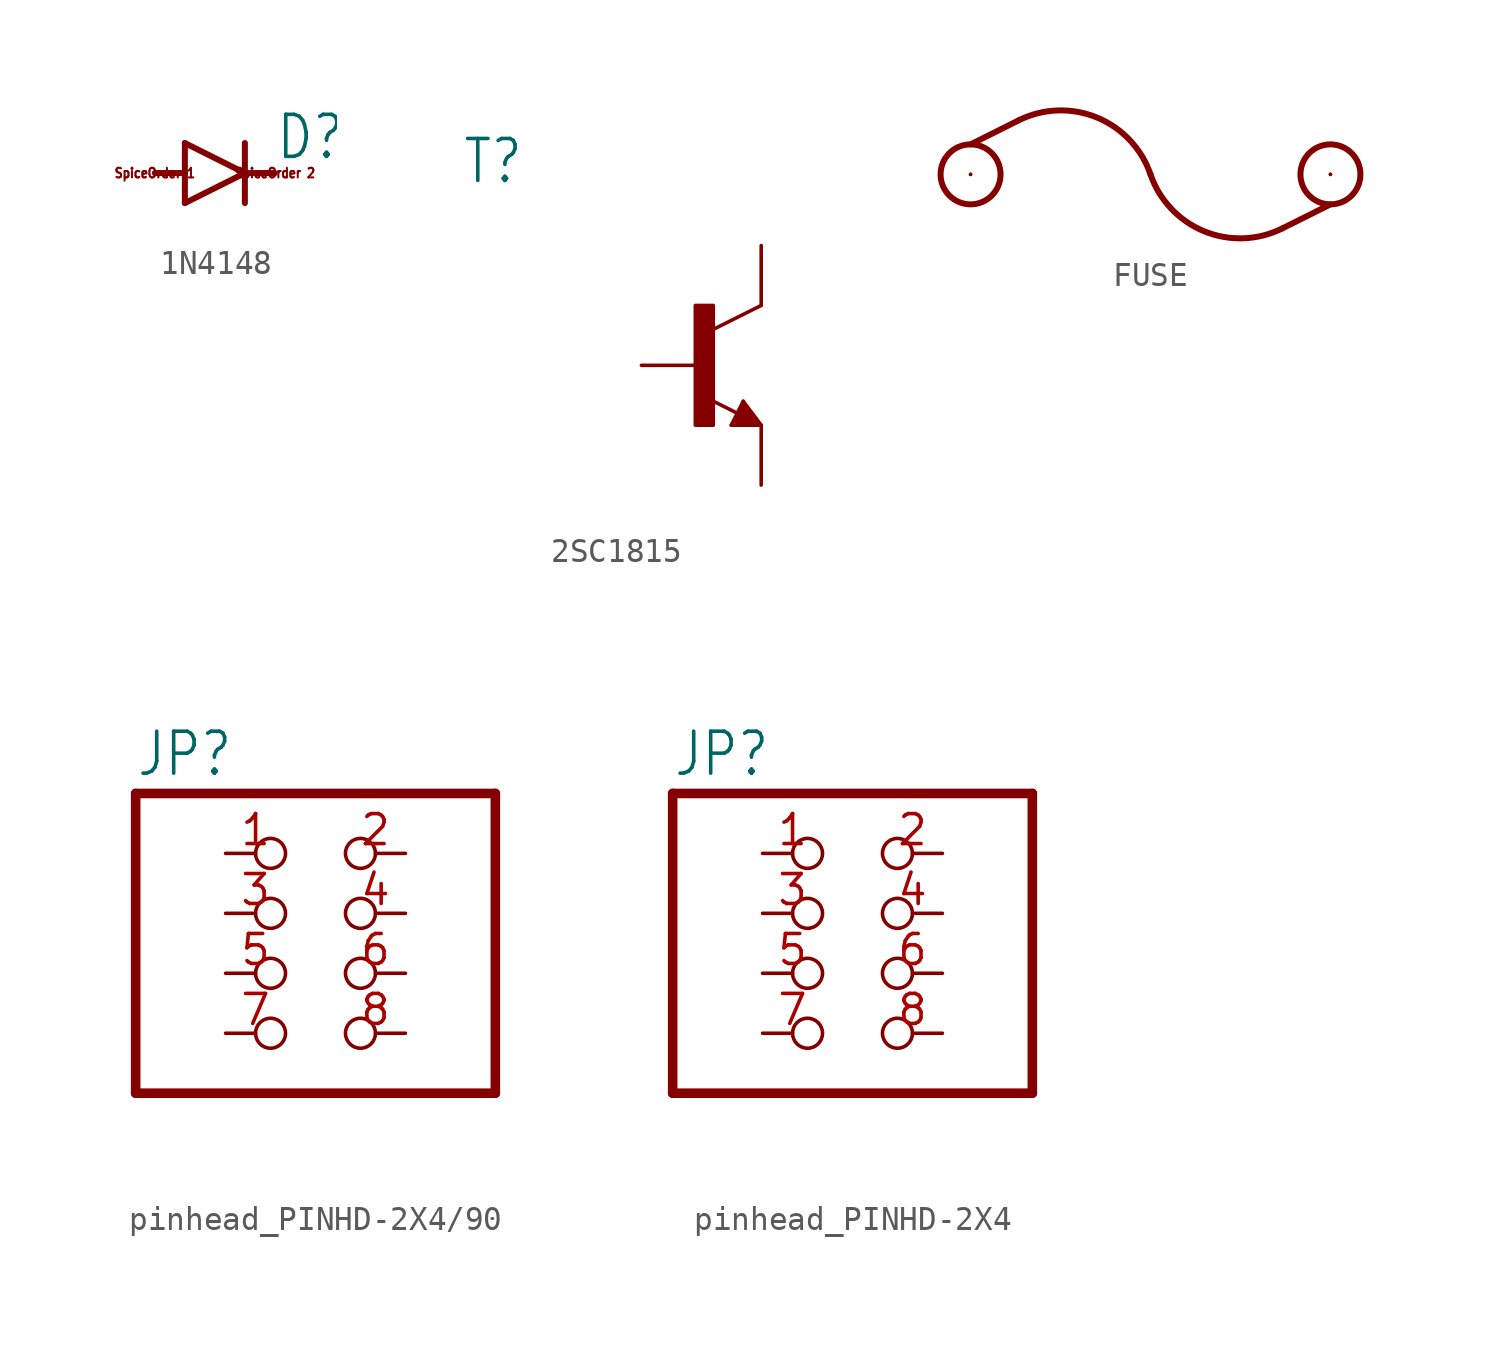
<source format=kicad_sym>
(kicad_symbol_lib
  (version 20220914)
  (generator kicad_symbol_editor)
  (symbol "1N4148"
    (property "Reference" "D"
      (at 2.54 0.483 0)
      (effects (font (size 1.778 1.511)) (justify left bottom)))
    (property "Value" ""
      (at 2.54 -2.311 0)
      (effects (font (size 1.778 1.511)) (justify left bottom)))
    (property "ki_locked" ""
      (at 0 0 0)
      (effects (font (size 1.27 1.27))))
    (symbol "1N4148_1_0"
      (polyline (pts (xy -1.27 -1.27) (xy 1.27 0)) (stroke (width 0.254) (type solid)) (fill (type none)))
      (polyline (pts (xy -1.27 0) (xy -2.54 0)) (stroke (width 0.254) (type solid)) (fill (type none)))
      (polyline (pts (xy -1.27 0) (xy -1.27 -1.27)) (stroke (width 0.254) (type solid)) (fill (type none)))
      (polyline (pts (xy -1.27 1.27) (xy -1.27 0)) (stroke (width 0.254) (type solid)) (fill (type none)))
      (polyline (pts (xy 1.27 0) (xy -1.27 1.27)) (stroke (width 0.254) (type solid)) (fill (type none)))
      (polyline (pts (xy 1.27 0) (xy 1.27 -1.27)) (stroke (width 0.254) (type solid)) (fill (type none)))
      (polyline (pts (xy 1.27 1.27) (xy 1.27 0)) (stroke (width 0.254) (type solid)) (fill (type none)))
      (polyline (pts (xy 2.54 0) (xy 1.27 0)) (stroke (width 0.254) (type solid)) (fill (type none)))
      (text "SpiceOrder 1" (at -2.54 0 0) (effects (font (size 0.406 0.345))))
      (text "SpiceOrder 2" (at 2.54 0 0) (effects (font (size 0.406 0.345))))
      (pin passive line (at -2.54 0 0) (length 0) (name "A" (effects (font (size 0 0)))) (number "A" (effects (font (size 0 0)))))
      (pin passive line (at 2.54 0 180) (length 0) (name "C" (effects (font (size 0 0)))) (number "C" (effects (font (size 0 0)))))))
  (symbol "2SC1815"
    (property "Reference" "T"
      (at -10.16 7.62 0)
      (effects (font (size 1.778 1.511)) (justify left bottom)))
    (property "Value" ""
      (at -10.16 5.08 0)
      (effects (font (size 1.778 1.511)) (justify left bottom)))
    (property "ki_locked" ""
      (at 0 0 0)
      (effects (font (size 1.27 1.27))))
    (symbol "2SC1815_1_0"
      (rectangle (start -0.254 -2.54) (end 0.508 2.54) (stroke (width 0) (type default)) (fill (type outline)))
      (polyline (pts (xy 1.27 -2.54) (xy 1.778 -1.524)) (stroke (width 0.152) (type solid)) (fill (type none)))
      (polyline (pts (xy 1.524 -2.413) (xy 2.286 -2.413)) (stroke (width 0.254) (type solid)) (fill (type none)))
      (polyline (pts (xy 1.524 -2.286) (xy 1.905 -2.286)) (stroke (width 0.254) (type solid)) (fill (type none)))
      (polyline (pts (xy 1.54 -2.04) (xy 0.308 -1.424)) (stroke (width 0.152) (type solid)) (fill (type none)))
      (polyline (pts (xy 1.778 -1.778) (xy 1.524 -2.286)) (stroke (width 0.254) (type solid)) (fill (type none)))
      (polyline (pts (xy 1.778 -1.524) (xy 2.54 -2.54)) (stroke (width 0.152) (type solid)) (fill (type none)))
      (polyline (pts (xy 1.905 -2.286) (xy 1.778 -2.032)) (stroke (width 0.254) (type solid)) (fill (type none)))
      (polyline (pts (xy 2.286 -2.413) (xy 1.778 -1.778)) (stroke (width 0.254) (type solid)) (fill (type none)))
      (polyline (pts (xy 2.54 -2.54) (xy 1.27 -2.54)) (stroke (width 0.152) (type solid)) (fill (type none)))
      (polyline (pts (xy 2.54 2.54) (xy 0.508 1.524)) (stroke (width 0.152) (type solid)) (fill (type none)))
      (pin passive line (at -2.54 0 0) (length 2.54) (name "B" (effects (font (size 0 0)))) (number "B" (effects (font (size 0 0)))))
      (pin passive line (at 2.54 5.08 270) (length 2.54) (name "C" (effects (font (size 0 0)))) (number "C" (effects (font (size 0 0)))))
      (pin passive line (at 2.54 -5.08 90) (length 2.54) (name "E" (effects (font (size 0 0)))) (number "E" (effects (font (size 0 0)))))))
  (symbol "FUSE"
    (property "Reference" ""
      (at 0 0 0)
      (effects (font (size 1.27 1.27)) hide))
    (property "ki_locked" ""
      (at 0 0 0)
      (effects (font (size 1.27 1.27))))
    (symbol "FUSE_1_0"
      (circle (center -7.62 0) (radius 1.27) (stroke (width 0.254) (type solid)) (fill (type none)))
      (arc (start 0 0.0001) (mid -2.2754 2.4109) (end -5.588 2.286) (stroke (width 0.254) (type solid)) (fill (type none)))
      (polyline (pts (xy -7.62 1.27) (xy -5.588 2.286)) (stroke (width 0.254) (type solid)) (fill (type none)))
      (polyline (pts (xy 7.62 -1.27) (xy 5.588 -2.286)) (stroke (width 0.254) (type solid)) (fill (type none)))
      (arc (start 0 -0.0001) (mid 2.2754 -2.4109) (end 5.588 -2.286) (stroke (width 0.254) (type solid)) (fill (type none)))
      (circle (center 7.62 0) (radius 1.27) (stroke (width 0.254) (type solid)) (fill (type none)))
      (pin bidirectional line (at -7.62 0 180) (length 0) (name "P$1" (effects (font (size 0 0)))) (number "P$1" (effects (font (size 0 0)))))
      (pin bidirectional line (at -7.62 0 180) (length 0) (name "P$1" (effects (font (size 0 0)))) (number "P$2" (effects (font (size 0 0)))))
      (pin bidirectional line (at 7.62 0 0) (length 0) (name "P$2" (effects (font (size 0 0)))) (number "P$3" (effects (font (size 0 0)))))
      (pin bidirectional line (at 7.62 0 0) (length 0) (name "P$2" (effects (font (size 0 0)))) (number "P$4" (effects (font (size 0 0)))))))
  (symbol "pinhead_PINHD-2X4/90"
    (property "Reference" "JP"
      (at -6.35 8.255 0)
      (effects (font (size 1.778 1.511)) (justify left bottom)))
    (property "Value" ""
      (at -6.35 -7.62 0)
      (effects (font (size 1.778 1.511)) (justify left bottom)))
    (property "ki_locked" ""
      (at 0 0 0)
      (effects (font (size 1.27 1.27))))
    (symbol "pinhead_PINHD-2X4/90_1_0"
      (polyline (pts (xy -6.35 -5.08) (xy 8.89 -5.08)) (stroke (width 0.406) (type solid)) (fill (type none)))
      (polyline (pts (xy -6.35 7.62) (xy -6.35 -5.08)) (stroke (width 0.406) (type solid)) (fill (type none)))
      (polyline (pts (xy 8.89 -5.08) (xy 8.89 7.62)) (stroke (width 0.406) (type solid)) (fill (type none)))
      (polyline (pts (xy 8.89 7.62) (xy -6.35 7.62)) (stroke (width 0.406) (type solid)) (fill (type none)))
      (pin passive inverted (at -2.54 5.08 0) (length 2.54) (name "1" (effects (font (size 0 0)))) (number "1" (effects (font (size 1.27 1.27)))))
      (pin passive inverted (at 5.08 5.08 180) (length 2.54) (name "2" (effects (font (size 0 0)))) (number "2" (effects (font (size 1.27 1.27)))))
      (pin passive inverted (at -2.54 2.54 0) (length 2.54) (name "3" (effects (font (size 0 0)))) (number "3" (effects (font (size 1.27 1.27)))))
      (pin passive inverted (at 5.08 2.54 180) (length 2.54) (name "4" (effects (font (size 0 0)))) (number "4" (effects (font (size 1.27 1.27)))))
      (pin passive inverted (at -2.54 0 0) (length 2.54) (name "5" (effects (font (size 0 0)))) (number "5" (effects (font (size 1.27 1.27)))))
      (pin passive inverted (at 5.08 0 180) (length 2.54) (name "6" (effects (font (size 0 0)))) (number "6" (effects (font (size 1.27 1.27)))))
      (pin passive inverted (at -2.54 -2.54 0) (length 2.54) (name "7" (effects (font (size 0 0)))) (number "7" (effects (font (size 1.27 1.27)))))
      (pin passive inverted (at 5.08 -2.54 180) (length 2.54) (name "8" (effects (font (size 0 0)))) (number "8" (effects (font (size 1.27 1.27)))))))
  (symbol "pinhead_PINHD-2X4"
    (property "Reference" "JP"
      (at -6.35 8.255 0)
      (effects (font (size 1.778 1.511)) (justify left bottom)))
    (property "Value" ""
      (at -6.35 -7.62 0)
      (effects (font (size 1.778 1.511)) (justify left bottom)))
    (property "ki_locked" ""
      (at 0 0 0)
      (effects (font (size 1.27 1.27))))
    (symbol "pinhead_PINHD-2X4_1_0"
      (polyline (pts (xy -6.35 -5.08) (xy 8.89 -5.08)) (stroke (width 0.406) (type solid)) (fill (type none)))
      (polyline (pts (xy -6.35 7.62) (xy -6.35 -5.08)) (stroke (width 0.406) (type solid)) (fill (type none)))
      (polyline (pts (xy 8.89 -5.08) (xy 8.89 7.62)) (stroke (width 0.406) (type solid)) (fill (type none)))
      (polyline (pts (xy 8.89 7.62) (xy -6.35 7.62)) (stroke (width 0.406) (type solid)) (fill (type none)))
      (pin passive inverted (at -2.54 5.08 0) (length 2.54) (name "1" (effects (font (size 0 0)))) (number "1" (effects (font (size 1.27 1.27)))))
      (pin passive inverted (at 5.08 5.08 180) (length 2.54) (name "2" (effects (font (size 0 0)))) (number "2" (effects (font (size 1.27 1.27)))))
      (pin passive inverted (at -2.54 2.54 0) (length 2.54) (name "3" (effects (font (size 0 0)))) (number "3" (effects (font (size 1.27 1.27)))))
      (pin passive inverted (at 5.08 2.54 180) (length 2.54) (name "4" (effects (font (size 0 0)))) (number "4" (effects (font (size 1.27 1.27)))))
      (pin passive inverted (at -2.54 0 0) (length 2.54) (name "5" (effects (font (size 0 0)))) (number "5" (effects (font (size 1.27 1.27)))))
      (pin passive inverted (at 5.08 0 180) (length 2.54) (name "6" (effects (font (size 0 0)))) (number "6" (effects (font (size 1.27 1.27)))))
      (pin passive inverted (at -2.54 -2.54 0) (length 2.54) (name "7" (effects (font (size 0 0)))) (number "7" (effects (font (size 1.27 1.27)))))
      (pin passive inverted (at 5.08 -2.54 180) (length 2.54) (name "8" (effects (font (size 0 0)))) (number "8" (effects (font (size 1.27 1.27))))))))
</source>
